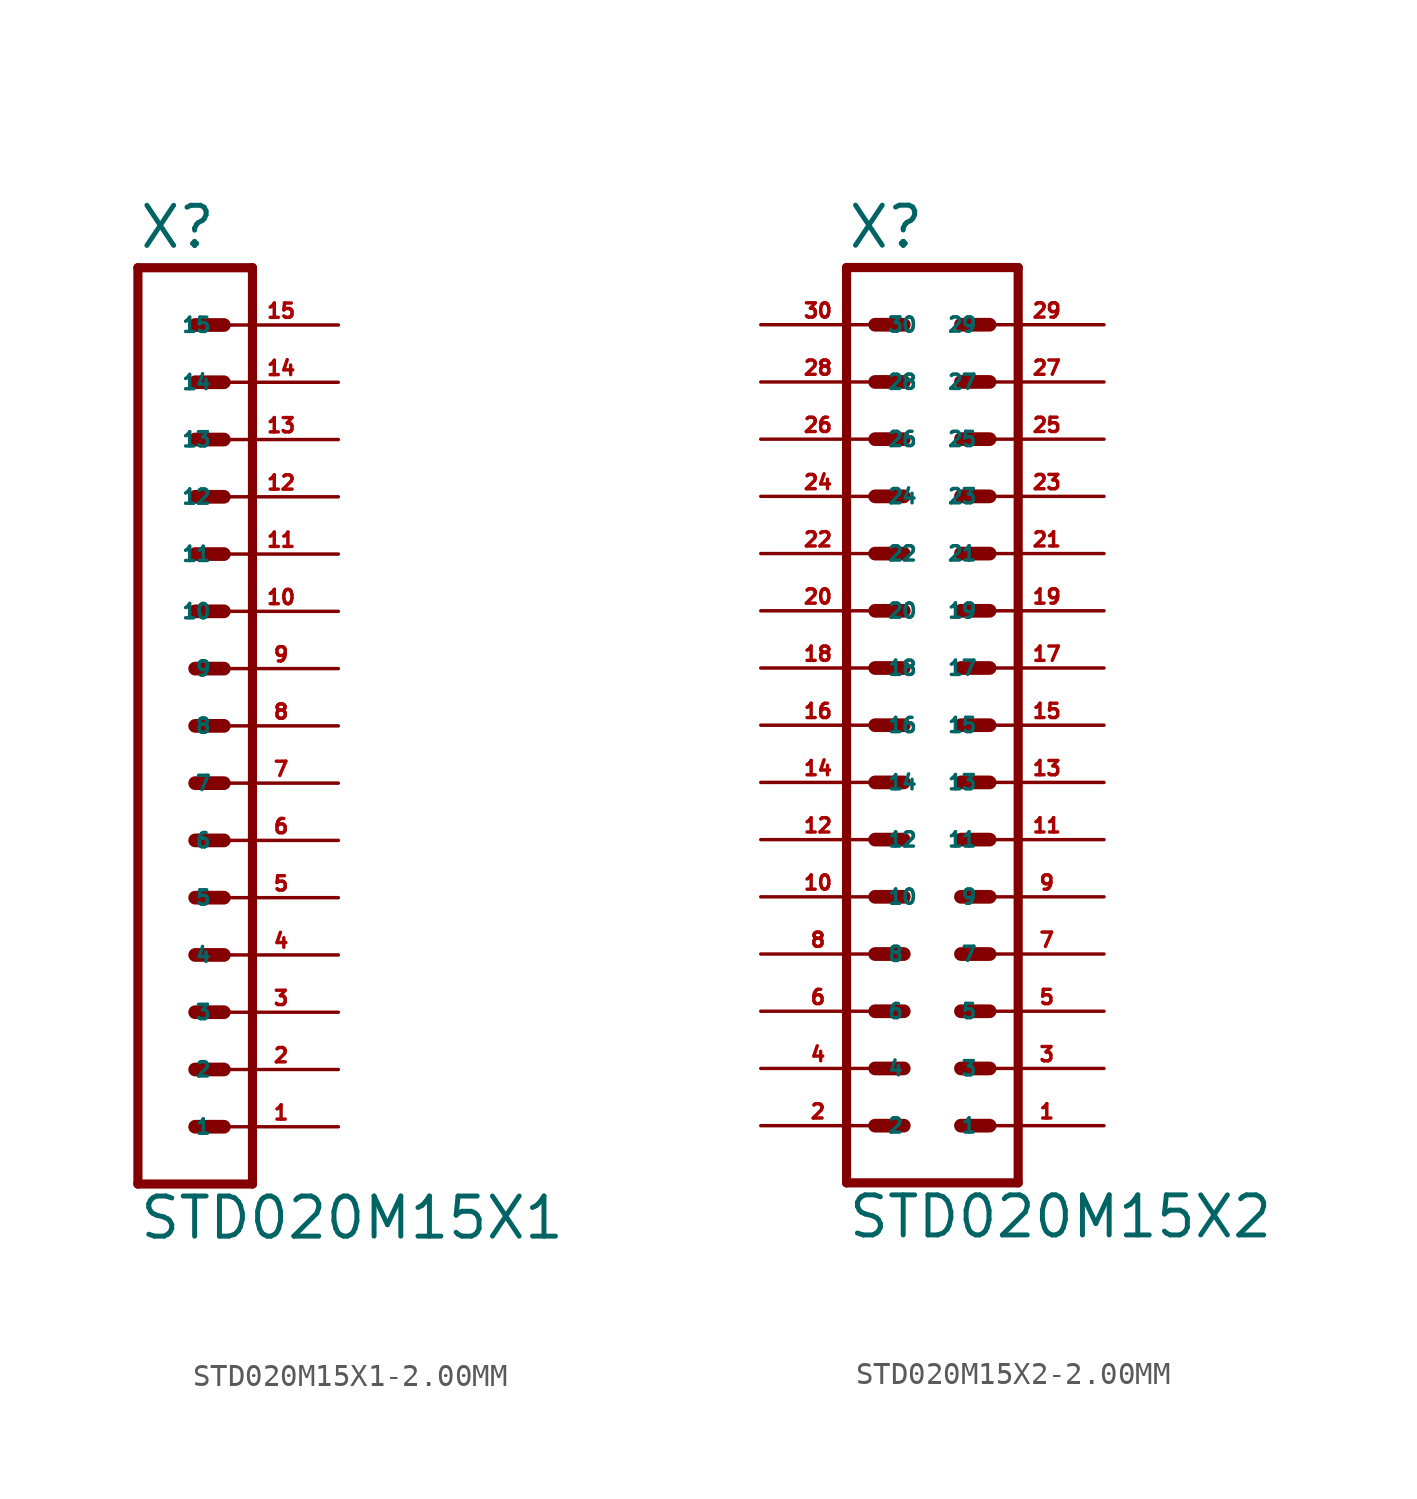
<source format=kicad_sym>
(kicad_symbol_lib
  (version 20220914)
  (generator Eagle2Kicad)
  (symbol "STD020M15X1-2.00MM"
    (property "Reference" "X"
      (at -1.27 23.622 0)
      (effects (font (size 1.778 1.778) (thickness 0.22)) (justify left bottom)))
    (property "Value" "STD020M15X1"
      (at -1.27 -20.32 0)
      (effects (font (size 1.778 1.778) (thickness 0.22)) (justify left bottom)))
    (polyline
      (pts (xy 3.81 -17.78) (xy -1.27 -17.78))
      (stroke (width 0.406) (type default))
      (fill (type none)))
    (polyline
      (pts (xy 1.27 -10.16) (xy 2.54 -10.16))
      (stroke (width 0.61) (type default))
      (fill (type none)))
    (polyline
      (pts (xy 1.27 -12.7) (xy 2.54 -12.7))
      (stroke (width 0.61) (type default))
      (fill (type none)))
    (polyline
      (pts (xy 1.27 -15.24) (xy 2.54 -15.24))
      (stroke (width 0.61) (type default))
      (fill (type none)))
    (polyline
      (pts (xy 1.27 -5.08) (xy 2.54 -5.08))
      (stroke (width 0.61) (type default))
      (fill (type none)))
    (polyline
      (pts (xy 1.27 -7.62) (xy 2.54 -7.62))
      (stroke (width 0.61) (type default))
      (fill (type none)))
    (polyline
      (pts (xy 1.27 2.54) (xy 2.54 2.54))
      (stroke (width 0.61) (type default))
      (fill (type none)))
    (polyline
      (pts (xy 1.27 0) (xy 2.54 0))
      (stroke (width 0.61) (type default))
      (fill (type none)))
    (polyline
      (pts (xy 1.27 -2.54) (xy 2.54 -2.54))
      (stroke (width 0.61) (type default))
      (fill (type none)))
    (polyline
      (pts (xy 1.27 7.62) (xy 2.54 7.62))
      (stroke (width 0.61) (type default))
      (fill (type none)))
    (polyline
      (pts (xy 1.27 5.08) (xy 2.54 5.08))
      (stroke (width 0.61) (type default))
      (fill (type none)))
    (polyline
      (pts (xy 1.27 15.24) (xy 2.54 15.24))
      (stroke (width 0.61) (type default))
      (fill (type none)))
    (polyline
      (pts (xy 1.27 12.7) (xy 2.54 12.7))
      (stroke (width 0.61) (type default))
      (fill (type none)))
    (polyline
      (pts (xy 1.27 10.16) (xy 2.54 10.16))
      (stroke (width 0.61) (type default))
      (fill (type none)))
    (polyline
      (pts (xy -1.27 22.86) (xy -1.27 -17.78))
      (stroke (width 0.406) (type default))
      (fill (type none)))
    (polyline
      (pts (xy 3.81 -17.78) (xy 3.81 22.86))
      (stroke (width 0.406) (type default))
      (fill (type none)))
    (polyline
      (pts (xy -1.27 22.86) (xy 3.81 22.86))
      (stroke (width 0.406) (type default))
      (fill (type none)))
    (polyline
      (pts (xy 1.27 17.78) (xy 2.54 17.78))
      (stroke (width 0.61) (type default))
      (fill (type none)))
    (polyline
      (pts (xy 1.27 20.32) (xy 2.54 20.32))
      (stroke (width 0.61) (type default))
      (fill (type none)))
    (pin passive line
      (at 7.62 -15.24 180)
      (length 5.08)
      (name "1" (effects (font (size 0.635 0.635) (thickness 0.08)) (justify left bottom)))
      (number "1" (effects (font (size 0.635 0.635) (thickness 0.08)) (justify left bottom))))
    (pin passive line
      (at 7.62 -12.7 180)
      (length 5.08)
      (name "2" (effects (font (size 0.635 0.635) (thickness 0.08)) (justify left bottom)))
      (number "2" (effects (font (size 0.635 0.635) (thickness 0.08)) (justify left bottom))))
    (pin passive line
      (at 7.62 -10.16 180)
      (length 5.08)
      (name "3" (effects (font (size 0.635 0.635) (thickness 0.08)) (justify left bottom)))
      (number "3" (effects (font (size 0.635 0.635) (thickness 0.08)) (justify left bottom))))
    (pin passive line
      (at 7.62 -7.62 180)
      (length 5.08)
      (name "4" (effects (font (size 0.635 0.635) (thickness 0.08)) (justify left bottom)))
      (number "4" (effects (font (size 0.635 0.635) (thickness 0.08)) (justify left bottom))))
    (pin passive line
      (at 7.62 -5.08 180)
      (length 5.08)
      (name "5" (effects (font (size 0.635 0.635) (thickness 0.08)) (justify left bottom)))
      (number "5" (effects (font (size 0.635 0.635) (thickness 0.08)) (justify left bottom))))
    (pin passive line
      (at 7.62 -2.54 180)
      (length 5.08)
      (name "6" (effects (font (size 0.635 0.635) (thickness 0.08)) (justify left bottom)))
      (number "6" (effects (font (size 0.635 0.635) (thickness 0.08)) (justify left bottom))))
    (pin passive line
      (at 7.62 0 180)
      (length 5.08)
      (name "7" (effects (font (size 0.635 0.635) (thickness 0.08)) (justify left bottom)))
      (number "7" (effects (font (size 0.635 0.635) (thickness 0.08)) (justify left bottom))))
    (pin passive line
      (at 7.62 2.54 180)
      (length 5.08)
      (name "8" (effects (font (size 0.635 0.635) (thickness 0.08)) (justify left bottom)))
      (number "8" (effects (font (size 0.635 0.635) (thickness 0.08)) (justify left bottom))))
    (pin passive line
      (at 7.62 5.08 180)
      (length 5.08)
      (name "9" (effects (font (size 0.635 0.635) (thickness 0.08)) (justify left bottom)))
      (number "9" (effects (font (size 0.635 0.635) (thickness 0.08)) (justify left bottom))))
    (pin passive line
      (at 7.62 7.62 180)
      (length 5.08)
      (name "10" (effects (font (size 0.635 0.635) (thickness 0.08)) (justify left bottom)))
      (number "10" (effects (font (size 0.635 0.635) (thickness 0.08)) (justify left bottom))))
    (pin passive line
      (at 7.62 10.16 180)
      (length 5.08)
      (name "11" (effects (font (size 0.635 0.635) (thickness 0.08)) (justify left bottom)))
      (number "11" (effects (font (size 0.635 0.635) (thickness 0.08)) (justify left bottom))))
    (pin passive line
      (at 7.62 12.7 180)
      (length 5.08)
      (name "12" (effects (font (size 0.635 0.635) (thickness 0.08)) (justify left bottom)))
      (number "12" (effects (font (size 0.635 0.635) (thickness 0.08)) (justify left bottom))))
    (pin passive line
      (at 7.62 15.24 180)
      (length 5.08)
      (name "13" (effects (font (size 0.635 0.635) (thickness 0.08)) (justify left bottom)))
      (number "13" (effects (font (size 0.635 0.635) (thickness 0.08)) (justify left bottom))))
    (pin passive line
      (at 7.62 17.78 180)
      (length 5.08)
      (name "14" (effects (font (size 0.635 0.635) (thickness 0.08)) (justify left bottom)))
      (number "14" (effects (font (size 0.635 0.635) (thickness 0.08)) (justify left bottom))))
    (pin passive line
      (at 7.62 20.32 180)
      (length 5.08)
      (name "15" (effects (font (size 0.635 0.635) (thickness 0.08)) (justify left bottom)))
      (number "15" (effects (font (size 0.635 0.635) (thickness 0.08)) (justify left bottom)))))
  (symbol "STD020M15X2-2.00MM"
    (property "Reference" "X"
      (at -3.81 23.622 0)
      (effects (font (size 1.778 1.778) (thickness 0.22)) (justify left bottom)))
    (property "Value" "STD020M15X2"
      (at -3.81 -20.32 0)
      (effects (font (size 1.778 1.778) (thickness 0.22)) (justify left bottom)))
    (polyline
      (pts (xy 3.81 -17.78) (xy -3.81 -17.78))
      (stroke (width 0.406) (type default))
      (fill (type none)))
    (polyline
      (pts (xy 1.27 -10.16) (xy 2.54 -10.16))
      (stroke (width 0.61) (type default))
      (fill (type none)))
    (polyline
      (pts (xy 1.27 -12.7) (xy 2.54 -12.7))
      (stroke (width 0.61) (type default))
      (fill (type none)))
    (polyline
      (pts (xy 1.27 -15.24) (xy 2.54 -15.24))
      (stroke (width 0.61) (type default))
      (fill (type none)))
    (polyline
      (pts (xy -2.54 -10.16) (xy -1.27 -10.16))
      (stroke (width 0.61) (type default))
      (fill (type none)))
    (polyline
      (pts (xy -2.54 -12.7) (xy -1.27 -12.7))
      (stroke (width 0.61) (type default))
      (fill (type none)))
    (polyline
      (pts (xy -2.54 -15.24) (xy -1.27 -15.24))
      (stroke (width 0.61) (type default))
      (fill (type none)))
    (polyline
      (pts (xy 1.27 -5.08) (xy 2.54 -5.08))
      (stroke (width 0.61) (type default))
      (fill (type none)))
    (polyline
      (pts (xy 1.27 -7.62) (xy 2.54 -7.62))
      (stroke (width 0.61) (type default))
      (fill (type none)))
    (polyline
      (pts (xy -2.54 -5.08) (xy -1.27 -5.08))
      (stroke (width 0.61) (type default))
      (fill (type none)))
    (polyline
      (pts (xy -2.54 -7.62) (xy -1.27 -7.62))
      (stroke (width 0.61) (type default))
      (fill (type none)))
    (polyline
      (pts (xy 1.27 2.54) (xy 2.54 2.54))
      (stroke (width 0.61) (type default))
      (fill (type none)))
    (polyline
      (pts (xy 1.27 0) (xy 2.54 0))
      (stroke (width 0.61) (type default))
      (fill (type none)))
    (polyline
      (pts (xy 1.27 -2.54) (xy 2.54 -2.54))
      (stroke (width 0.61) (type default))
      (fill (type none)))
    (polyline
      (pts (xy -2.54 2.54) (xy -1.27 2.54))
      (stroke (width 0.61) (type default))
      (fill (type none)))
    (polyline
      (pts (xy -2.54 0) (xy -1.27 0))
      (stroke (width 0.61) (type default))
      (fill (type none)))
    (polyline
      (pts (xy -2.54 -2.54) (xy -1.27 -2.54))
      (stroke (width 0.61) (type default))
      (fill (type none)))
    (polyline
      (pts (xy 1.27 7.62) (xy 2.54 7.62))
      (stroke (width 0.61) (type default))
      (fill (type none)))
    (polyline
      (pts (xy 1.27 5.08) (xy 2.54 5.08))
      (stroke (width 0.61) (type default))
      (fill (type none)))
    (polyline
      (pts (xy -2.54 7.62) (xy -1.27 7.62))
      (stroke (width 0.61) (type default))
      (fill (type none)))
    (polyline
      (pts (xy -2.54 5.08) (xy -1.27 5.08))
      (stroke (width 0.61) (type default))
      (fill (type none)))
    (polyline
      (pts (xy 1.27 15.24) (xy 2.54 15.24))
      (stroke (width 0.61) (type default))
      (fill (type none)))
    (polyline
      (pts (xy 1.27 12.7) (xy 2.54 12.7))
      (stroke (width 0.61) (type default))
      (fill (type none)))
    (polyline
      (pts (xy 1.27 10.16) (xy 2.54 10.16))
      (stroke (width 0.61) (type default))
      (fill (type none)))
    (polyline
      (pts (xy -2.54 15.24) (xy -1.27 15.24))
      (stroke (width 0.61) (type default))
      (fill (type none)))
    (polyline
      (pts (xy -2.54 12.7) (xy -1.27 12.7))
      (stroke (width 0.61) (type default))
      (fill (type none)))
    (polyline
      (pts (xy -2.54 10.16) (xy -1.27 10.16))
      (stroke (width 0.61) (type default))
      (fill (type none)))
    (polyline
      (pts (xy -3.81 22.86) (xy -3.81 -17.78))
      (stroke (width 0.406) (type default))
      (fill (type none)))
    (polyline
      (pts (xy 3.81 -17.78) (xy 3.81 22.86))
      (stroke (width 0.406) (type default))
      (fill (type none)))
    (polyline
      (pts (xy -3.81 22.86) (xy 3.81 22.86))
      (stroke (width 0.406) (type default))
      (fill (type none)))
    (polyline
      (pts (xy 1.27 17.78) (xy 2.54 17.78))
      (stroke (width 0.61) (type default))
      (fill (type none)))
    (polyline
      (pts (xy 1.27 20.32) (xy 2.54 20.32))
      (stroke (width 0.61) (type default))
      (fill (type none)))
    (polyline
      (pts (xy -2.54 17.78) (xy -1.27 17.78))
      (stroke (width 0.61) (type default))
      (fill (type none)))
    (polyline
      (pts (xy -2.54 20.32) (xy -1.27 20.32))
      (stroke (width 0.61) (type default))
      (fill (type none)))
    (pin passive line
      (at 7.62 -15.24 180)
      (length 5.08)
      (name "1" (effects (font (size 0.635 0.635) (thickness 0.08)) (justify left bottom)))
      (number "1" (effects (font (size 0.635 0.635) (thickness 0.08)) (justify left bottom))))
    (pin passive line
      (at 7.62 -12.7 180)
      (length 5.08)
      (name "3" (effects (font (size 0.635 0.635) (thickness 0.08)) (justify left bottom)))
      (number "3" (effects (font (size 0.635 0.635) (thickness 0.08)) (justify left bottom))))
    (pin passive line
      (at 7.62 -10.16 180)
      (length 5.08)
      (name "5" (effects (font (size 0.635 0.635) (thickness 0.08)) (justify left bottom)))
      (number "5" (effects (font (size 0.635 0.635) (thickness 0.08)) (justify left bottom))))
    (pin passive line
      (at -7.62 -15.24 0)
      (length 5.08)
      (name "2" (effects (font (size 0.635 0.635) (thickness 0.08)) (justify left bottom)))
      (number "2" (effects (font (size 0.635 0.635) (thickness 0.08)) (justify left bottom))))
    (pin passive line
      (at -7.62 -12.7 0)
      (length 5.08)
      (name "4" (effects (font (size 0.635 0.635) (thickness 0.08)) (justify left bottom)))
      (number "4" (effects (font (size 0.635 0.635) (thickness 0.08)) (justify left bottom))))
    (pin passive line
      (at -7.62 -10.16 0)
      (length 5.08)
      (name "6" (effects (font (size 0.635 0.635) (thickness 0.08)) (justify left bottom)))
      (number "6" (effects (font (size 0.635 0.635) (thickness 0.08)) (justify left bottom))))
    (pin passive line
      (at 7.62 -7.62 180)
      (length 5.08)
      (name "7" (effects (font (size 0.635 0.635) (thickness 0.08)) (justify left bottom)))
      (number "7" (effects (font (size 0.635 0.635) (thickness 0.08)) (justify left bottom))))
    (pin passive line
      (at 7.62 -5.08 180)
      (length 5.08)
      (name "9" (effects (font (size 0.635 0.635) (thickness 0.08)) (justify left bottom)))
      (number "9" (effects (font (size 0.635 0.635) (thickness 0.08)) (justify left bottom))))
    (pin passive line
      (at -7.62 -7.62 0)
      (length 5.08)
      (name "8" (effects (font (size 0.635 0.635) (thickness 0.08)) (justify left bottom)))
      (number "8" (effects (font (size 0.635 0.635) (thickness 0.08)) (justify left bottom))))
    (pin passive line
      (at -7.62 -5.08 0)
      (length 5.08)
      (name "10" (effects (font (size 0.635 0.635) (thickness 0.08)) (justify left bottom)))
      (number "10" (effects (font (size 0.635 0.635) (thickness 0.08)) (justify left bottom))))
    (pin passive line
      (at 7.62 -2.54 180)
      (length 5.08)
      (name "11" (effects (font (size 0.635 0.635) (thickness 0.08)) (justify left bottom)))
      (number "11" (effects (font (size 0.635 0.635) (thickness 0.08)) (justify left bottom))))
    (pin passive line
      (at 7.62 0 180)
      (length 5.08)
      (name "13" (effects (font (size 0.635 0.635) (thickness 0.08)) (justify left bottom)))
      (number "13" (effects (font (size 0.635 0.635) (thickness 0.08)) (justify left bottom))))
    (pin passive line
      (at 7.62 2.54 180)
      (length 5.08)
      (name "15" (effects (font (size 0.635 0.635) (thickness 0.08)) (justify left bottom)))
      (number "15" (effects (font (size 0.635 0.635) (thickness 0.08)) (justify left bottom))))
    (pin passive line
      (at -7.62 -2.54 0)
      (length 5.08)
      (name "12" (effects (font (size 0.635 0.635) (thickness 0.08)) (justify left bottom)))
      (number "12" (effects (font (size 0.635 0.635) (thickness 0.08)) (justify left bottom))))
    (pin passive line
      (at -7.62 0 0)
      (length 5.08)
      (name "14" (effects (font (size 0.635 0.635) (thickness 0.08)) (justify left bottom)))
      (number "14" (effects (font (size 0.635 0.635) (thickness 0.08)) (justify left bottom))))
    (pin passive line
      (at -7.62 2.54 0)
      (length 5.08)
      (name "16" (effects (font (size 0.635 0.635) (thickness 0.08)) (justify left bottom)))
      (number "16" (effects (font (size 0.635 0.635) (thickness 0.08)) (justify left bottom))))
    (pin passive line
      (at 7.62 5.08 180)
      (length 5.08)
      (name "17" (effects (font (size 0.635 0.635) (thickness 0.08)) (justify left bottom)))
      (number "17" (effects (font (size 0.635 0.635) (thickness 0.08)) (justify left bottom))))
    (pin passive line
      (at 7.62 7.62 180)
      (length 5.08)
      (name "19" (effects (font (size 0.635 0.635) (thickness 0.08)) (justify left bottom)))
      (number "19" (effects (font (size 0.635 0.635) (thickness 0.08)) (justify left bottom))))
    (pin passive line
      (at -7.62 5.08 0)
      (length 5.08)
      (name "18" (effects (font (size 0.635 0.635) (thickness 0.08)) (justify left bottom)))
      (number "18" (effects (font (size 0.635 0.635) (thickness 0.08)) (justify left bottom))))
    (pin passive line
      (at -7.62 7.62 0)
      (length 5.08)
      (name "20" (effects (font (size 0.635 0.635) (thickness 0.08)) (justify left bottom)))
      (number "20" (effects (font (size 0.635 0.635) (thickness 0.08)) (justify left bottom))))
    (pin passive line
      (at 7.62 10.16 180)
      (length 5.08)
      (name "21" (effects (font (size 0.635 0.635) (thickness 0.08)) (justify left bottom)))
      (number "21" (effects (font (size 0.635 0.635) (thickness 0.08)) (justify left bottom))))
    (pin passive line
      (at 7.62 12.7 180)
      (length 5.08)
      (name "23" (effects (font (size 0.635 0.635) (thickness 0.08)) (justify left bottom)))
      (number "23" (effects (font (size 0.635 0.635) (thickness 0.08)) (justify left bottom))))
    (pin passive line
      (at 7.62 15.24 180)
      (length 5.08)
      (name "25" (effects (font (size 0.635 0.635) (thickness 0.08)) (justify left bottom)))
      (number "25" (effects (font (size 0.635 0.635) (thickness 0.08)) (justify left bottom))))
    (pin passive line
      (at -7.62 10.16 0)
      (length 5.08)
      (name "22" (effects (font (size 0.635 0.635) (thickness 0.08)) (justify left bottom)))
      (number "22" (effects (font (size 0.635 0.635) (thickness 0.08)) (justify left bottom))))
    (pin passive line
      (at -7.62 12.7 0)
      (length 5.08)
      (name "24" (effects (font (size 0.635 0.635) (thickness 0.08)) (justify left bottom)))
      (number "24" (effects (font (size 0.635 0.635) (thickness 0.08)) (justify left bottom))))
    (pin passive line
      (at -7.62 15.24 0)
      (length 5.08)
      (name "26" (effects (font (size 0.635 0.635) (thickness 0.08)) (justify left bottom)))
      (number "26" (effects (font (size 0.635 0.635) (thickness 0.08)) (justify left bottom))))
    (pin passive line
      (at 7.62 17.78 180)
      (length 5.08)
      (name "27" (effects (font (size 0.635 0.635) (thickness 0.08)) (justify left bottom)))
      (number "27" (effects (font (size 0.635 0.635) (thickness 0.08)) (justify left bottom))))
    (pin passive line
      (at -7.62 17.78 0)
      (length 5.08)
      (name "28" (effects (font (size 0.635 0.635) (thickness 0.08)) (justify left bottom)))
      (number "28" (effects (font (size 0.635 0.635) (thickness 0.08)) (justify left bottom))))
    (pin passive line
      (at 7.62 20.32 180)
      (length 5.08)
      (name "29" (effects (font (size 0.635 0.635) (thickness 0.08)) (justify left bottom)))
      (number "29" (effects (font (size 0.635 0.635) (thickness 0.08)) (justify left bottom))))
    (pin passive line
      (at -7.62 20.32 0)
      (length 5.08)
      (name "30" (effects (font (size 0.635 0.635) (thickness 0.08)) (justify left bottom)))
      (number "30" (effects (font (size 0.635 0.635) (thickness 0.08)) (justify left bottom))))))
</source>
